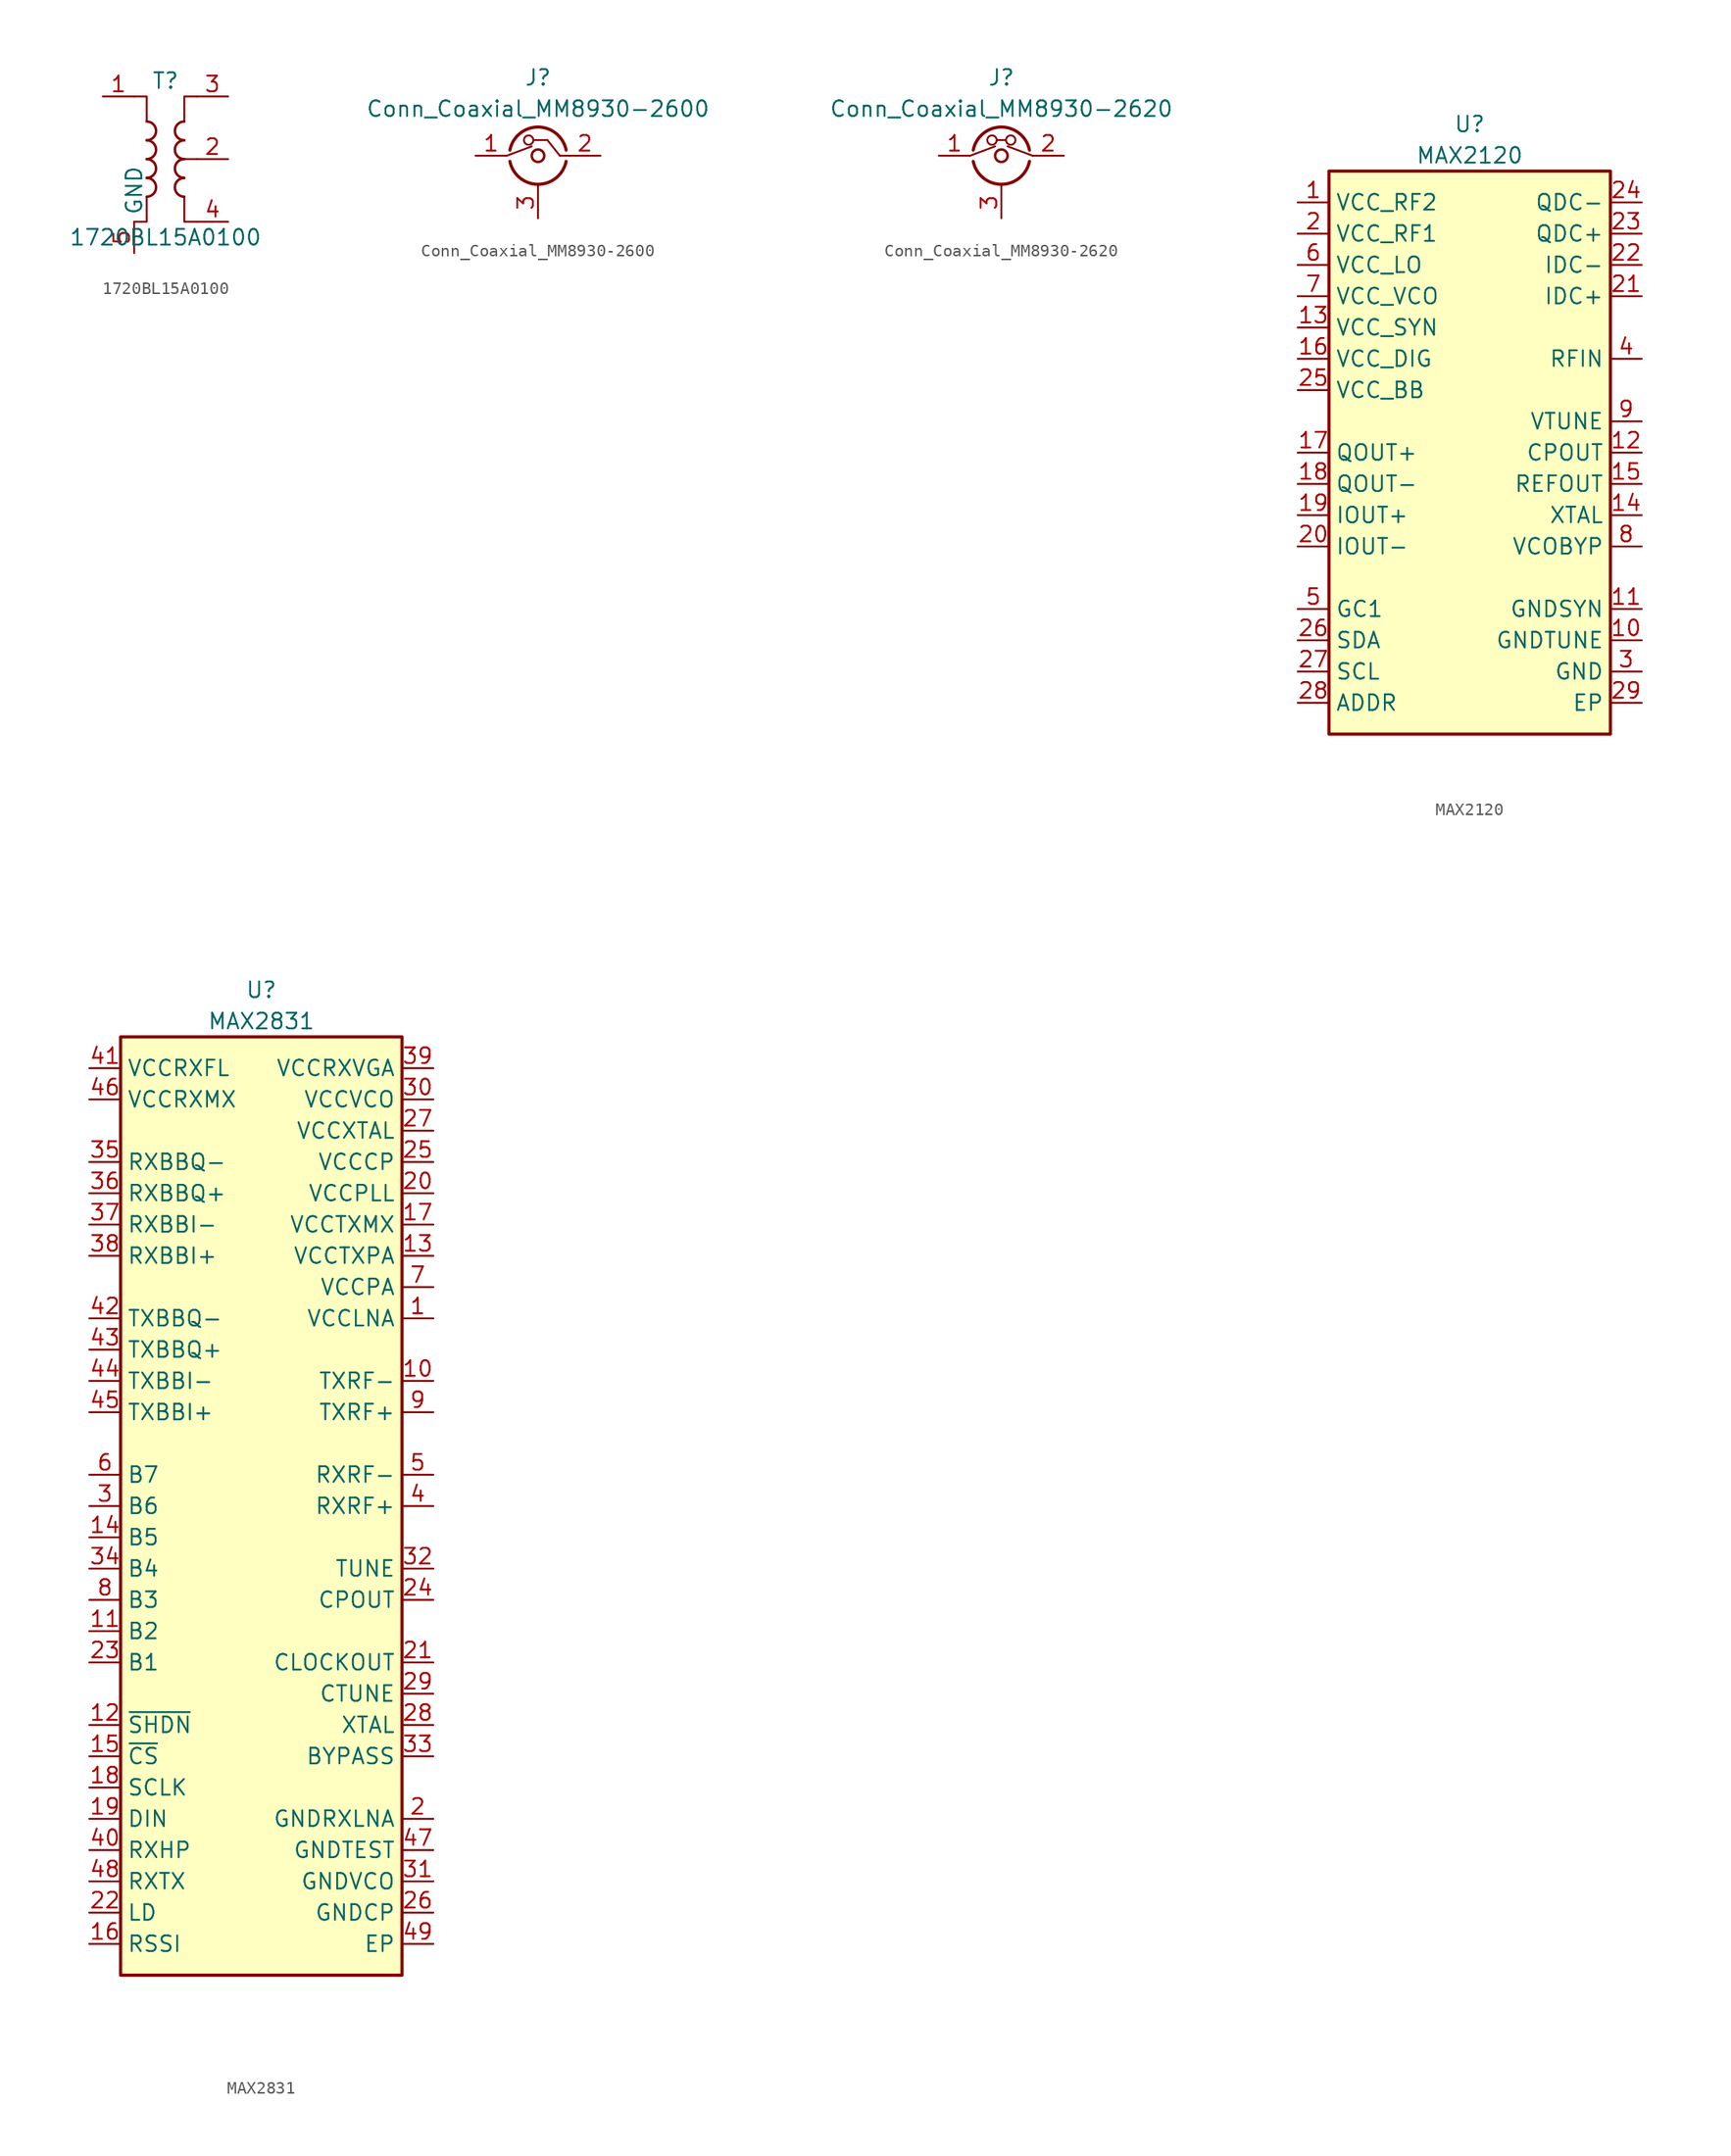
<source format=kicad_sym>
(kicad_symbol_lib
  (version 20220914)
  (generator kicad_symbol_editor)
  (symbol "1720BL15A0100"
    (property "Reference" "T"
      (at 0 6.35 0)
      (effects (font (size 1.27 1.27))))
    (property "Value" "1720BL15A0100"
      (at 0 -6.35 0)
      (effects (font (size 1.27 1.27))))
    (symbol "1720BL15A0100_0_1"
      (arc (start -1.524 -3.048) (mid -0.7653 -2.286) (end -1.524 -1.524) (stroke (width 0.2032) (type default)) (fill (type none)))
      (arc (start -1.524 -1.524) (mid -0.7653 -0.762) (end -1.524 0) (stroke (width 0.2032) (type default)) (fill (type none)))
      (arc (start -1.524 0) (mid -0.7653 0.762) (end -1.524 1.524) (stroke (width 0.2032) (type default)) (fill (type none)))
      (arc (start -1.524 1.524) (mid -0.7653 2.286) (end -1.524 3.048) (stroke (width 0.2032) (type default)) (fill (type none)))
      (polyline (pts (xy 2.54 0) (xy 1.27 0)) (stroke (width 0.152) (type default)) (fill (type none)))
      (polyline (pts (xy -2.54 5.08) (xy -1.524 5.08) (xy -1.524 3.048) (xy -1.524 3.048)) (stroke (width 0.152) (type default)) (fill (type none)))
      (polyline (pts (xy -1.524 -3.048) (xy -1.524 -5.08) (xy -2.54 -5.08) (xy -2.54 -5.08)) (stroke (width 0.152) (type default)) (fill (type none)))
      (polyline (pts (xy 1.524 3.048) (xy 1.524 5.08) (xy 2.54 5.08) (xy 2.54 5.08)) (stroke (width 0.152) (type default)) (fill (type none)))
      (polyline (pts (xy 2.54 -5.08) (xy 1.524 -5.08) (xy 1.524 -3.048) (xy 1.524 -3.048)) (stroke (width 0.152) (type default)) (fill (type none)))
      (arc (start 1.524 -1.524) (mid 0.7653 -2.286) (end 1.524 -3.048) (stroke (width 0.2032) (type default)) (fill (type none)))
      (arc (start 1.524 0) (mid 0.7653 -0.762) (end 1.524 -1.524) (stroke (width 0.2032) (type default)) (fill (type none)))
      (arc (start 1.524 1.524) (mid 0.7653 0.762) (end 1.524 0) (stroke (width 0.2032) (type default)) (fill (type none)))
      (arc (start 1.524 3.048) (mid 0.7653 2.286) (end 1.524 1.524) (stroke (width 0.2032) (type default)) (fill (type none))))
    (symbol "1720BL15A0100_1_0"
      (pin no_connect line (at -3.81 0 0) (length 2.54) hide (name "NC" (effects (font (size 1.27 1.27)))) (number "6" (effects (font (size 1.27 1.27))))))
    (symbol "1720BL15A0100_1_1"
      (pin passive line (at -5.08 5.08 0) (length 2.54) (name "~" (effects (font (size 1.27 1.27)))) (number "1" (effects (font (size 1.27 1.27)))))
      (pin passive line (at 5.08 0 180) (length 2.54) (name "~" (effects (font (size 1.27 1.27)))) (number "2" (effects (font (size 1.27 1.27)))))
      (pin passive line (at 5.08 5.08 180) (length 2.54) (name "~" (effects (font (size 1.27 1.27)))) (number "3" (effects (font (size 1.27 1.27)))))
      (pin passive line (at 5.08 -5.08 180) (length 2.54) (name "~" (effects (font (size 1.27 1.27)))) (number "4" (effects (font (size 1.27 1.27)))))
      (pin passive line (at -2.54 -7.62 90) (length 2.54) (name "GND" (effects (font (size 1.27 1.27)))) (number "5" (effects (font (size 1.27 1.27)))))))
  (symbol "Conn_Coaxial_MM8930-2600"
    (pin_names
      (offset 1.016) hide)
    (property "Reference" "J"
      (at 0 6.35 0)
      (effects (font (size 1.27 1.27))))
    (property "Value" "Conn_Coaxial_MM8930-2600"
      (at 0 3.81 0)
      (effects (font (size 1.27 1.27))))
    (symbol "Conn_Coaxial_MM8930-2600_0_1"
      (arc (start -2.286 -0.4572) (mid 0 -2.3239) (end 2.286 -0.4572) (stroke (width 0.254) (type default)) (fill (type none)))
      (circle (center -0.762 1.27) (radius 0.381) (stroke (width 0) (type default)) (fill (type none)))
      (polyline (pts (xy -2.54 0) (xy -0.508 0.762)) (stroke (width 0) (type default)) (fill (type none)))
      (polyline (pts (xy -0.356 1.27) (xy 0.762 1.27)) (stroke (width 0) (type default)) (fill (type none)))
      (polyline (pts (xy 0 -2.54) (xy 0 -2.337)) (stroke (width 0) (type default)) (fill (type none)))
      (polyline (pts (xy 1.778 0) (xy 0.762 1.27)) (stroke (width 0) (type default)) (fill (type none)))
      (polyline (pts (xy 1.778 0) (xy 2.54 0)) (stroke (width 0) (type default)) (fill (type none)))
      (circle (center 0 0) (radius 0.508) (stroke (width 0.203) (type default)) (fill (type none)))
      (arc (start 2.286 0.4572) (mid 0 2.3307) (end -2.286 0.4572) (stroke (width 0.254) (type default)) (fill (type none))))
    (symbol "Conn_Coaxial_MM8930-2600_1_1"
      (pin passive line (at -5.08 0 0) (length 2.54) (name "C" (effects (font (size 1.27 1.27)))) (number "1" (effects (font (size 1.27 1.27)))))
      (pin passive line (at 5.08 0 180) (length 2.54) (name "R" (effects (font (size 1.27 1.27)))) (number "2" (effects (font (size 1.27 1.27)))))
      (pin passive line (at 0 -5.08 90) (length 2.54) (name "Ext" (effects (font (size 1.27 1.27)))) (number "3" (effects (font (size 1.27 1.27)))))))
  (symbol "Conn_Coaxial_MM8930-2620"
    (pin_names
      (offset 1.016) hide)
    (property "Reference" "J"
      (at 0 6.35 0)
      (effects (font (size 1.27 1.27))))
    (property "Value" "Conn_Coaxial_MM8930-2620"
      (at 0 3.81 0)
      (effects (font (size 1.27 1.27))))
    (symbol "Conn_Coaxial_MM8930-2620_0_1"
      (arc (start -2.286 -0.4572) (mid 0 -2.3239) (end 2.286 -0.4572) (stroke (width 0.254) (type default)) (fill (type none)))
      (circle (center -0.762 1.27) (radius 0.381) (stroke (width 0) (type default)) (fill (type none)))
      (polyline (pts (xy -2.54 0) (xy -0.508 0.762)) (stroke (width 0) (type default)) (fill (type none)))
      (polyline (pts (xy -0.356 1.27) (xy 0.356 1.27)) (stroke (width 0) (type default)) (fill (type none)))
      (polyline (pts (xy 0 -2.54) (xy 0 -2.337)) (stroke (width 0) (type default)) (fill (type none)))
      (polyline (pts (xy 2.54 0) (xy 0.508 0.762)) (stroke (width 0) (type default)) (fill (type none)))
      (circle (center 0 0) (radius 0.508) (stroke (width 0.203) (type default)) (fill (type none)))
      (circle (center 0.762 1.27) (radius 0.381) (stroke (width 0) (type default)) (fill (type none)))
      (arc (start 2.286 0.4572) (mid 0 2.3307) (end -2.286 0.4572) (stroke (width 0.254) (type default)) (fill (type none))))
    (symbol "Conn_Coaxial_MM8930-2620_1_1"
      (pin passive line (at -5.08 0 0) (length 2.54) (name "C" (effects (font (size 1.27 1.27)))) (number "1" (effects (font (size 1.27 1.27)))))
      (pin passive line (at 5.08 0 180) (length 2.54) (name "R" (effects (font (size 1.27 1.27)))) (number "2" (effects (font (size 1.27 1.27)))))
      (pin passive line (at 0 -5.08 90) (length 2.54) (name "Ext" (effects (font (size 1.27 1.27)))) (number "3" (effects (font (size 1.27 1.27)))))))
  (symbol "MAX2120"
    (property "Reference" "U"
      (at 0 26.67 0)
      (effects (font (size 1.27 1.27))))
    (property "Value" "MAX2120"
      (at 0 24.13 0)
      (effects (font (size 1.27 1.27))))
    (symbol "MAX2120_1_1"
      (rectangle (start -11.43 22.86) (end 11.43 -22.86) (stroke (width 0.254) (type default)) (fill (type background)))
      (pin power_in line (at -13.97 20.32 0) (length 2.54) (name "VCC_RF2" (effects (font (size 1.27 1.27)))) (number "1" (effects (font (size 1.27 1.27)))))
      (pin power_in line (at 13.97 -15.24 180) (length 2.54) (name "GNDTUNE" (effects (font (size 1.27 1.27)))) (number "10" (effects (font (size 1.27 1.27)))))
      (pin power_in line (at 13.97 -12.7 180) (length 2.54) (name "GNDSYN" (effects (font (size 1.27 1.27)))) (number "11" (effects (font (size 1.27 1.27)))))
      (pin output line (at 13.97 0 180) (length 2.54) (name "CPOUT" (effects (font (size 1.27 1.27)))) (number "12" (effects (font (size 1.27 1.27)))))
      (pin power_in line (at -13.97 10.16 0) (length 2.54) (name "VCC_SYN" (effects (font (size 1.27 1.27)))) (number "13" (effects (font (size 1.27 1.27)))))
      (pin input line (at 13.97 -5.08 180) (length 2.54) (name "XTAL" (effects (font (size 1.27 1.27)))) (number "14" (effects (font (size 1.27 1.27)))))
      (pin output line (at 13.97 -2.54 180) (length 2.54) (name "REFOUT" (effects (font (size 1.27 1.27)))) (number "15" (effects (font (size 1.27 1.27)))))
      (pin power_in line (at -13.97 7.62 0) (length 2.54) (name "VCC_DIG" (effects (font (size 1.27 1.27)))) (number "16" (effects (font (size 1.27 1.27)))))
      (pin output line (at -13.97 0 0) (length 2.54) (name "QOUT+" (effects (font (size 1.27 1.27)))) (number "17" (effects (font (size 1.27 1.27)))))
      (pin output line (at -13.97 -2.54 0) (length 2.54) (name "QOUT-" (effects (font (size 1.27 1.27)))) (number "18" (effects (font (size 1.27 1.27)))))
      (pin output line (at -13.97 -5.08 0) (length 2.54) (name "IOUT+" (effects (font (size 1.27 1.27)))) (number "19" (effects (font (size 1.27 1.27)))))
      (pin power_in line (at -13.97 17.78 0) (length 2.54) (name "VCC_RF1" (effects (font (size 1.27 1.27)))) (number "2" (effects (font (size 1.27 1.27)))))
      (pin output line (at -13.97 -7.62 0) (length 2.54) (name "IOUT-" (effects (font (size 1.27 1.27)))) (number "20" (effects (font (size 1.27 1.27)))))
      (pin passive line (at 13.97 12.7 180) (length 2.54) (name "IDC+" (effects (font (size 1.27 1.27)))) (number "21" (effects (font (size 1.27 1.27)))))
      (pin passive line (at 13.97 15.24 180) (length 2.54) (name "IDC-" (effects (font (size 1.27 1.27)))) (number "22" (effects (font (size 1.27 1.27)))))
      (pin passive line (at 13.97 17.78 180) (length 2.54) (name "QDC+" (effects (font (size 1.27 1.27)))) (number "23" (effects (font (size 1.27 1.27)))))
      (pin passive line (at 13.97 20.32 180) (length 2.54) (name "QDC-" (effects (font (size 1.27 1.27)))) (number "24" (effects (font (size 1.27 1.27)))))
      (pin power_in line (at -13.97 5.08 0) (length 2.54) (name "VCC_BB" (effects (font (size 1.27 1.27)))) (number "25" (effects (font (size 1.27 1.27)))))
      (pin input line (at -13.97 -15.24 0) (length 2.54) (name "SDA" (effects (font (size 1.27 1.27)))) (number "26" (effects (font (size 1.27 1.27)))))
      (pin input line (at -13.97 -17.78 0) (length 2.54) (name "SCL" (effects (font (size 1.27 1.27)))) (number "27" (effects (font (size 1.27 1.27)))))
      (pin input line (at -13.97 -20.32 0) (length 2.54) (name "ADDR" (effects (font (size 1.27 1.27)))) (number "28" (effects (font (size 1.27 1.27)))))
      (pin power_in line (at 13.97 -20.32 180) (length 2.54) (name "EP" (effects (font (size 1.27 1.27)))) (number "29" (effects (font (size 1.27 1.27)))))
      (pin power_in line (at 13.97 -17.78 180) (length 2.54) (name "GND" (effects (font (size 1.27 1.27)))) (number "3" (effects (font (size 1.27 1.27)))))
      (pin input line (at 13.97 7.62 180) (length 2.54) (name "RFIN" (effects (font (size 1.27 1.27)))) (number "4" (effects (font (size 1.27 1.27)))))
      (pin input line (at -13.97 -12.7 0) (length 2.54) (name "GC1" (effects (font (size 1.27 1.27)))) (number "5" (effects (font (size 1.27 1.27)))))
      (pin power_in line (at -13.97 15.24 0) (length 2.54) (name "VCC_LO" (effects (font (size 1.27 1.27)))) (number "6" (effects (font (size 1.27 1.27)))))
      (pin power_in line (at -13.97 12.7 0) (length 2.54) (name "VCC_VCO" (effects (font (size 1.27 1.27)))) (number "7" (effects (font (size 1.27 1.27)))))
      (pin passive line (at 13.97 -7.62 180) (length 2.54) (name "VCOBYP" (effects (font (size 1.27 1.27)))) (number "8" (effects (font (size 1.27 1.27)))))
      (pin input line (at 13.97 2.54 180) (length 2.54) (name "VTUNE" (effects (font (size 1.27 1.27)))) (number "9" (effects (font (size 1.27 1.27)))))))
  (symbol "MAX2831"
    (property "Reference" "U"
      (at 0 41.91 0)
      (effects (font (size 1.27 1.27))))
    (property "Value" "MAX2831"
      (at 0 39.37 0)
      (effects (font (size 1.27 1.27))))
    (symbol "MAX2831_1_1"
      (rectangle (start -11.43 38.1) (end 11.43 -38.1) (stroke (width 0.254) (type default)) (fill (type background)))
      (pin power_in line (at 13.97 15.24 180) (length 2.54) (name "VCCLNA" (effects (font (size 1.27 1.27)))) (number "1" (effects (font (size 1.27 1.27)))))
      (pin output line (at 13.97 10.16 180) (length 2.54) (name "TXRF-" (effects (font (size 1.27 1.27)))) (number "10" (effects (font (size 1.27 1.27)))))
      (pin input line (at -13.97 -10.16 0) (length 2.54) (name "B2" (effects (font (size 1.27 1.27)))) (number "11" (effects (font (size 1.27 1.27)))))
      (pin input line (at -13.97 -17.78 0) (length 2.54) (name "~{SHDN}" (effects (font (size 1.27 1.27)))) (number "12" (effects (font (size 1.27 1.27)))))
      (pin power_in line (at 13.97 20.32 180) (length 2.54) (name "VCCTXPA" (effects (font (size 1.27 1.27)))) (number "13" (effects (font (size 1.27 1.27)))))
      (pin input line (at -13.97 -2.54 0) (length 2.54) (name "B5" (effects (font (size 1.27 1.27)))) (number "14" (effects (font (size 1.27 1.27)))))
      (pin input line (at -13.97 -20.32 0) (length 2.54) (name "~{CS}" (effects (font (size 1.27 1.27)))) (number "15" (effects (font (size 1.27 1.27)))))
      (pin output line (at -13.97 -35.56 0) (length 2.54) (name "RSSI" (effects (font (size 1.27 1.27)))) (number "16" (effects (font (size 1.27 1.27)))))
      (pin power_in line (at 13.97 22.86 180) (length 2.54) (name "VCCTXMX" (effects (font (size 1.27 1.27)))) (number "17" (effects (font (size 1.27 1.27)))))
      (pin input line (at -13.97 -22.86 0) (length 2.54) (name "SCLK" (effects (font (size 1.27 1.27)))) (number "18" (effects (font (size 1.27 1.27)))))
      (pin input line (at -13.97 -25.4 0) (length 2.54) (name "DIN" (effects (font (size 1.27 1.27)))) (number "19" (effects (font (size 1.27 1.27)))))
      (pin power_in line (at 13.97 -25.4 180) (length 2.54) (name "GNDRXLNA" (effects (font (size 1.27 1.27)))) (number "2" (effects (font (size 1.27 1.27)))))
      (pin power_in line (at 13.97 25.4 180) (length 2.54) (name "VCCPLL" (effects (font (size 1.27 1.27)))) (number "20" (effects (font (size 1.27 1.27)))))
      (pin output line (at 13.97 -12.7 180) (length 2.54) (name "CLOCKOUT" (effects (font (size 1.27 1.27)))) (number "21" (effects (font (size 1.27 1.27)))))
      (pin output line (at -13.97 -33.02 0) (length 2.54) (name "LD" (effects (font (size 1.27 1.27)))) (number "22" (effects (font (size 1.27 1.27)))))
      (pin input line (at -13.97 -12.7 0) (length 2.54) (name "B1" (effects (font (size 1.27 1.27)))) (number "23" (effects (font (size 1.27 1.27)))))
      (pin output line (at 13.97 -7.62 180) (length 2.54) (name "CPOUT" (effects (font (size 1.27 1.27)))) (number "24" (effects (font (size 1.27 1.27)))))
      (pin power_in line (at 13.97 27.94 180) (length 2.54) (name "VCCCP" (effects (font (size 1.27 1.27)))) (number "25" (effects (font (size 1.27 1.27)))))
      (pin power_in line (at 13.97 -33.02 180) (length 2.54) (name "GNDCP" (effects (font (size 1.27 1.27)))) (number "26" (effects (font (size 1.27 1.27)))))
      (pin power_in line (at 13.97 30.48 180) (length 2.54) (name "VCCXTAL" (effects (font (size 1.27 1.27)))) (number "27" (effects (font (size 1.27 1.27)))))
      (pin input line (at 13.97 -17.78 180) (length 2.54) (name "XTAL" (effects (font (size 1.27 1.27)))) (number "28" (effects (font (size 1.27 1.27)))))
      (pin passive line (at 13.97 -15.24 180) (length 2.54) (name "CTUNE" (effects (font (size 1.27 1.27)))) (number "29" (effects (font (size 1.27 1.27)))))
      (pin input line (at -13.97 0 0) (length 2.54) (name "B6" (effects (font (size 1.27 1.27)))) (number "3" (effects (font (size 1.27 1.27)))))
      (pin power_in line (at 13.97 33.02 180) (length 2.54) (name "VCCVCO" (effects (font (size 1.27 1.27)))) (number "30" (effects (font (size 1.27 1.27)))))
      (pin power_in line (at 13.97 -30.48 180) (length 2.54) (name "GNDVCO" (effects (font (size 1.27 1.27)))) (number "31" (effects (font (size 1.27 1.27)))))
      (pin input line (at 13.97 -5.08 180) (length 2.54) (name "TUNE" (effects (font (size 1.27 1.27)))) (number "32" (effects (font (size 1.27 1.27)))))
      (pin passive line (at 13.97 -20.32 180) (length 2.54) (name "BYPASS" (effects (font (size 1.27 1.27)))) (number "33" (effects (font (size 1.27 1.27)))))
      (pin input line (at -13.97 -5.08 0) (length 2.54) (name "B4" (effects (font (size 1.27 1.27)))) (number "34" (effects (font (size 1.27 1.27)))))
      (pin output line (at -13.97 27.94 0) (length 2.54) (name "RXBBQ-" (effects (font (size 1.27 1.27)))) (number "35" (effects (font (size 1.27 1.27)))))
      (pin output line (at -13.97 25.4 0) (length 2.54) (name "RXBBQ+" (effects (font (size 1.27 1.27)))) (number "36" (effects (font (size 1.27 1.27)))))
      (pin output line (at -13.97 22.86 0) (length 2.54) (name "RXBBI-" (effects (font (size 1.27 1.27)))) (number "37" (effects (font (size 1.27 1.27)))))
      (pin output line (at -13.97 20.32 0) (length 2.54) (name "RXBBI+" (effects (font (size 1.27 1.27)))) (number "38" (effects (font (size 1.27 1.27)))))
      (pin power_in line (at 13.97 35.56 180) (length 2.54) (name "VCCRXVGA" (effects (font (size 1.27 1.27)))) (number "39" (effects (font (size 1.27 1.27)))))
      (pin input line (at 13.97 0 180) (length 2.54) (name "RXRF+" (effects (font (size 1.27 1.27)))) (number "4" (effects (font (size 1.27 1.27)))))
      (pin input line (at -13.97 -27.94 0) (length 2.54) (name "RXHP" (effects (font (size 1.27 1.27)))) (number "40" (effects (font (size 1.27 1.27)))))
      (pin power_in line (at -13.97 35.56 0) (length 2.54) (name "VCCRXFL" (effects (font (size 1.27 1.27)))) (number "41" (effects (font (size 1.27 1.27)))))
      (pin input line (at -13.97 15.24 0) (length 2.54) (name "TXBBQ-" (effects (font (size 1.27 1.27)))) (number "42" (effects (font (size 1.27 1.27)))))
      (pin input line (at -13.97 12.7 0) (length 2.54) (name "TXBBQ+" (effects (font (size 1.27 1.27)))) (number "43" (effects (font (size 1.27 1.27)))))
      (pin input line (at -13.97 10.16 0) (length 2.54) (name "TXBBI-" (effects (font (size 1.27 1.27)))) (number "44" (effects (font (size 1.27 1.27)))))
      (pin input line (at -13.97 7.62 0) (length 2.54) (name "TXBBI+" (effects (font (size 1.27 1.27)))) (number "45" (effects (font (size 1.27 1.27)))))
      (pin power_in line (at -13.97 33.02 0) (length 2.54) (name "VCCRXMX" (effects (font (size 1.27 1.27)))) (number "46" (effects (font (size 1.27 1.27)))))
      (pin power_in line (at 13.97 -27.94 180) (length 2.54) (name "GNDTEST" (effects (font (size 1.27 1.27)))) (number "47" (effects (font (size 1.27 1.27)))))
      (pin input line (at -13.97 -30.48 0) (length 2.54) (name "RXTX" (effects (font (size 1.27 1.27)))) (number "48" (effects (font (size 1.27 1.27)))))
      (pin power_in line (at 13.97 -35.56 180) (length 2.54) (name "EP" (effects (font (size 1.27 1.27)))) (number "49" (effects (font (size 1.27 1.27)))))
      (pin input line (at 13.97 2.54 180) (length 2.54) (name "RXRF-" (effects (font (size 1.27 1.27)))) (number "5" (effects (font (size 1.27 1.27)))))
      (pin input line (at -13.97 2.54 0) (length 2.54) (name "B7" (effects (font (size 1.27 1.27)))) (number "6" (effects (font (size 1.27 1.27)))))
      (pin power_in line (at 13.97 17.78 180) (length 2.54) (name "VCCPA" (effects (font (size 1.27 1.27)))) (number "7" (effects (font (size 1.27 1.27)))))
      (pin input line (at -13.97 -7.62 0) (length 2.54) (name "B3" (effects (font (size 1.27 1.27)))) (number "8" (effects (font (size 1.27 1.27)))))
      (pin output line (at 13.97 7.62 180) (length 2.54) (name "TXRF+" (effects (font (size 1.27 1.27)))) (number "9" (effects (font (size 1.27 1.27))))))))
</source>
